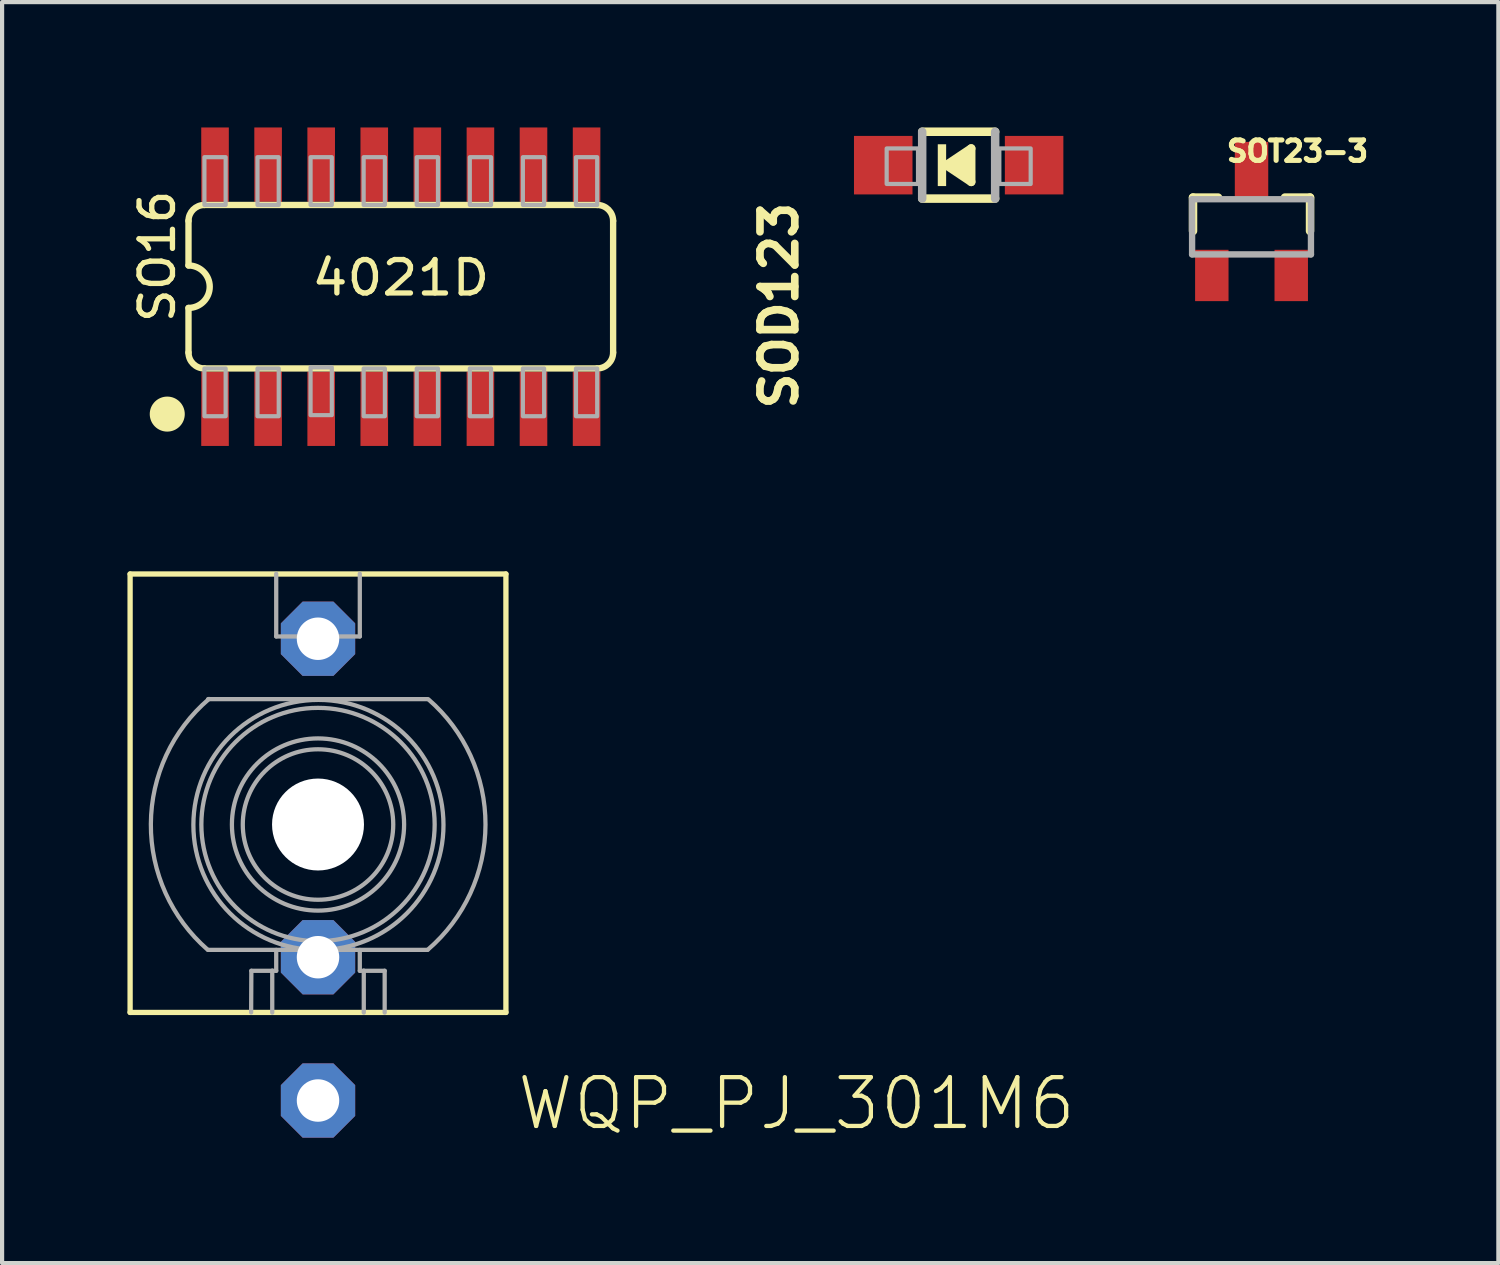
<source format=kicad_pcb>
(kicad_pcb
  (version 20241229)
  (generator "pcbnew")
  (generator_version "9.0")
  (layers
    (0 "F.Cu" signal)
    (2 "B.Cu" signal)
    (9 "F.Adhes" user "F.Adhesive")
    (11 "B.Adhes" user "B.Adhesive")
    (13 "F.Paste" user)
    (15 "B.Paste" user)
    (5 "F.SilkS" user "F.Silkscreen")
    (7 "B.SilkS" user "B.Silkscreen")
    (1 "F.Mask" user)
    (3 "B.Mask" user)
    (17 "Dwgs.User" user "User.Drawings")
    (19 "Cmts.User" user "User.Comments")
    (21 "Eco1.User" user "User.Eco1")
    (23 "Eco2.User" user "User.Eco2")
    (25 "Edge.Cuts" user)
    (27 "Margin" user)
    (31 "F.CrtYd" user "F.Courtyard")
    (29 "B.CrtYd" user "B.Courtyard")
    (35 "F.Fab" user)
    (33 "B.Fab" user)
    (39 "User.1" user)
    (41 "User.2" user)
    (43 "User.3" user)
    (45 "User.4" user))
  (footprint "SO16"
    (layer "F.Cu")
    (at 6.54 3.81)
    (property "Reference" "SO16" (at -5.359 0.919 90) (layer "F.SilkS") (effects (font (size 0.8 0.8) (thickness 0.127)) (justify left bottom)))
    (property "Value" "4021D" (at -4.064 0.635 0) (layer "F.Fab") (hide yes) (effects (font (size 1.143 1.143) (thickness 0.127)) (justify left bottom)))
    (fp_line (start -5.08 -1.575) (end -5.08 -0.508) (stroke (width 0.152) (type solid)) (layer "F.SilkS"))
    (fp_line (start -5.08 0.508) (end -5.08 1.575) (stroke (width 0.152) (type solid)) (layer "F.SilkS"))
    (fp_line (start -4.699 1.956) (end 4.699 1.956) (stroke (width 0.152) (type solid)) (layer "F.SilkS"))
    (fp_line (start 4.699 -1.956) (end -4.699 -1.956) (stroke (width 0.152) (type solid)) (layer "F.SilkS"))
    (fp_line (start 5.08 1.575) (end 5.08 -1.575) (stroke (width 0.152) (type solid)) (layer "F.SilkS"))
    (fp_arc (start -5.08 -1.5748) (mid -4.968408 -1.844208) (end -4.699 -1.9558) (stroke (width 0.1524) (type solid)) (layer "F.SilkS"))
    (fp_arc (start -5.08 -0.508) (mid -4.572 0) (end -5.08 0.508) (stroke (width 0.1524) (type solid)) (layer "F.SilkS"))
    (fp_arc (start -4.699 1.9558) (mid -4.968408 1.844208) (end -5.08 1.5748) (stroke (width 0.1524) (type solid)) (layer "F.SilkS"))
    (fp_arc (start 4.699 -1.9558) (mid 4.968408 -1.844208) (end 5.08 -1.5748) (stroke (width 0.1524) (type solid)) (layer "F.SilkS"))
    (fp_arc (start 5.08 1.5748) (mid 4.968408 1.844208) (end 4.699 1.9558) (stroke (width 0.1524) (type solid)) (layer "F.SilkS"))
    (fp_circle (center -5.588 3.048) (end -5.229 3.048) (stroke (width 0.12) (type solid)) (fill yes) (layer "F.SilkS"))
    (fp_poly (pts (xy -4.699 -1.956) (xy -4.191 -1.956) (xy -4.191 -3.099) (xy -4.699 -3.099)) (stroke (width 0.1) (type solid)) (fill no) (layer "F.Fab"))
    (fp_poly (pts (xy -4.699 3.099) (xy -4.191 3.099) (xy -4.191 1.956) (xy -4.699 1.956)) (stroke (width 0.1) (type solid)) (fill no) (layer "F.Fab"))
    (fp_poly (pts (xy -3.429 -1.956) (xy -2.921 -1.956) (xy -2.921 -3.099) (xy -3.429 -3.099)) (stroke (width 0.1) (type solid)) (fill no) (layer "F.Fab"))
    (fp_poly (pts (xy -3.429 3.099) (xy -2.921 3.099) (xy -2.921 1.956) (xy -3.429 1.956)) (stroke (width 0.1) (type solid)) (fill no) (layer "F.Fab"))
    (fp_poly (pts (xy -2.159 -1.956) (xy -1.651 -1.956) (xy -1.651 -3.099) (xy -2.159 -3.099)) (stroke (width 0.1) (type solid)) (fill no) (layer "F.Fab"))
    (fp_poly (pts (xy -2.159 3.073) (xy -1.651 3.073) (xy -1.651 1.93) (xy -2.159 1.93)) (stroke (width 0.1) (type solid)) (fill no) (layer "F.Fab"))
    (fp_poly (pts (xy -0.889 -1.956) (xy -0.381 -1.956) (xy -0.381 -3.099) (xy -0.889 -3.099)) (stroke (width 0.1) (type solid)) (fill no) (layer "F.Fab"))
    (fp_poly (pts (xy -0.889 3.099) (xy -0.381 3.099) (xy -0.381 1.956) (xy -0.889 1.956)) (stroke (width 0.1) (type solid)) (fill no) (layer "F.Fab"))
    (fp_poly (pts (xy 0.381 -1.956) (xy 0.889 -1.956) (xy 0.889 -3.099) (xy 0.381 -3.099)) (stroke (width 0.1) (type solid)) (fill no) (layer "F.Fab"))
    (fp_poly (pts (xy 0.381 3.099) (xy 0.889 3.099) (xy 0.889 1.956) (xy 0.381 1.956)) (stroke (width 0.1) (type solid)) (fill no) (layer "F.Fab"))
    (fp_poly (pts (xy 1.651 -1.956) (xy 2.159 -1.956) (xy 2.159 -3.099) (xy 1.651 -3.099)) (stroke (width 0.1) (type solid)) (fill no) (layer "F.Fab"))
    (fp_poly (pts (xy 1.651 3.099) (xy 2.159 3.099) (xy 2.159 1.956) (xy 1.651 1.956)) (stroke (width 0.1) (type solid)) (fill no) (layer "F.Fab"))
    (fp_poly (pts (xy 2.921 -1.956) (xy 3.429 -1.956) (xy 3.429 -3.099) (xy 2.921 -3.099)) (stroke (width 0.1) (type solid)) (fill no) (layer "F.Fab"))
    (fp_poly (pts (xy 2.921 3.099) (xy 3.429 3.099) (xy 3.429 1.956) (xy 2.921 1.956)) (stroke (width 0.1) (type solid)) (fill no) (layer "F.Fab"))
    (fp_poly (pts (xy 4.191 -1.956) (xy 4.699 -1.956) (xy 4.699 -3.099) (xy 4.191 -3.099)) (stroke (width 0.1) (type solid)) (fill no) (layer "F.Fab"))
    (fp_poly (pts (xy 4.191 3.099) (xy 4.699 3.099) (xy 4.699 1.956) (xy 4.191 1.956)) (stroke (width 0.1) (type solid)) (fill no) (layer "F.Fab"))
    (fp_text user "${VALUE}" (at 0 0.254 0) (layer "F.SilkS") (effects (font (size 0.8 0.88) (thickness 0.127)) (justify bottom)))
    (pad "1" smd rect (at -4.445 2.921) (size 0.66 1.778) (layers "F.Cu" "F.Mask" "F.Paste"))
    (pad "2" smd rect (at -3.175 2.921) (size 0.66 1.778) (layers "F.Cu" "F.Mask" "F.Paste"))
    (pad "3" smd rect (at -1.905 2.921) (size 0.66 1.778) (layers "F.Cu" "F.Mask" "F.Paste"))
    (pad "4" smd rect (at -0.635 2.921) (size 0.66 1.778) (layers "F.Cu" "F.Mask" "F.Paste"))
    (pad "5" smd rect (at 0.635 2.921) (size 0.66 1.778) (layers "F.Cu" "F.Mask" "F.Paste"))
    (pad "6" smd rect (at 1.905 2.921) (size 0.66 1.778) (layers "F.Cu" "F.Mask" "F.Paste"))
    (pad "7" smd rect (at 3.175 2.921) (size 0.66 1.778) (layers "F.Cu" "F.Mask" "F.Paste"))
    (pad "8" smd rect (at 4.445 2.921) (size 0.66 1.778) (layers "F.Cu" "F.Mask" "F.Paste"))
    (pad "9" smd rect (at 4.445 -2.921) (size 0.66 1.778) (layers "F.Cu" "F.Mask" "F.Paste"))
    (pad "10" smd rect (at 3.175 -2.921) (size 0.66 1.778) (layers "F.Cu" "F.Mask" "F.Paste"))
    (pad "11" smd rect (at 1.905 -2.921) (size 0.66 1.778) (layers "F.Cu" "F.Mask" "F.Paste"))
    (pad "12" smd rect (at 0.635 -2.921) (size 0.66 1.778) (layers "F.Cu" "F.Mask" "F.Paste"))
    (pad "13" smd rect (at -0.635 -2.921) (size 0.66 1.778) (layers "F.Cu" "F.Mask" "F.Paste"))
    (pad "14" smd rect (at -1.905 -2.921) (size 0.66 1.778) (layers "F.Cu" "F.Mask" "F.Paste"))
    (pad "15" smd rect (at -3.175 -2.921) (size 0.66 1.778) (layers "F.Cu" "F.Mask" "F.Paste"))
    (pad "16" smd rect (at -4.445 -2.921) (size 0.66 1.778) (layers "F.Cu" "F.Mask" "F.Paste")))
  (footprint "WQP_PJ_301M6"
    (layer "F.Cu")
    (at 4.559 16.678)
    (property "Reference" "WQP_PJ_301M6" (at 4.707 5.994 0) (layer "F.SilkS") (effects (font (size 1.168 1.168) (thickness 0.102)) (justify left top)))
    (fp_line (start -4.496 -5.994) (end 4.496 -5.994) (stroke (width 0.127) (type solid)) (layer "F.SilkS"))
    (fp_line (start -4.496 4.496) (end -4.496 -5.994) (stroke (width 0.127) (type solid)) (layer "F.SilkS"))
    (fp_line (start 4.496 -5.994) (end 4.496 4.496) (stroke (width 0.127) (type solid)) (layer "F.SilkS"))
    (fp_line (start 4.496 4.496) (end -4.496 4.496) (stroke (width 0.127) (type solid)) (layer "F.SilkS"))
    (fp_line (start -2.631 -3) (end 2.62 -3) (stroke (width 0.102) (type solid)) (layer "F.Fab"))
    (fp_line (start -2.631 3) (end 2.62 3) (stroke (width 0.102) (type solid)) (layer "F.Fab"))
    (fp_line (start -1.6 4.496) (end -1.595 3.5) (stroke (width 0.102) (type solid)) (layer "F.Fab"))
    (fp_line (start -1.595 3.5) (end -1.095 3.5) (stroke (width 0.102) (type solid)) (layer "F.Fab"))
    (fp_line (start -1.095 3.5) (end -1.095 4.5) (stroke (width 0.102) (type solid)) (layer "F.Fab"))
    (fp_line (start -1.095 3.5) (end -1 3.5) (stroke (width 0.102) (type solid)) (layer "F.Fab"))
    (fp_line (start -1 -4.5) (end -1 -6) (stroke (width 0.102) (type solid)) (layer "F.Fab"))
    (fp_line (start -1 0) (end 1 0) (stroke (width 0.102) (type solid)) (layer "F.Fab"))
    (fp_line (start -1 3.5) (end -1 3) (stroke (width 0.102) (type solid)) (layer "F.Fab"))
    (fp_line (start -0.508 0) (end 0.508 0) (stroke (width 0.12) (type solid)) (layer "F.Fab"))
    (fp_line (start 0 -1) (end 0 1) (stroke (width 0.102) (type solid)) (layer "F.Fab"))
    (fp_line (start 0 -0.508) (end 0 0.508) (stroke (width 0.12) (type solid)) (layer "F.Fab"))
    (fp_line (start 1 -6) (end 1 -4.5) (stroke (width 0.102) (type solid)) (layer "F.Fab"))
    (fp_line (start 1 -4.5) (end -1 -4.5) (stroke (width 0.102) (type solid)) (layer "F.Fab"))
    (fp_line (start 1 3) (end 1 3.5) (stroke (width 0.102) (type solid)) (layer "F.Fab"))
    (fp_line (start 1 3.5) (end 1.095 3.5) (stroke (width 0.102) (type solid)) (layer "F.Fab"))
    (fp_line (start 1.095 3.5) (end 1.095 4.5) (stroke (width 0.102) (type solid)) (layer "F.Fab"))
    (fp_line (start 1.095 3.5) (end 1.595 3.5) (stroke (width 0.102) (type solid)) (layer "F.Fab"))
    (fp_line (start 1.595 3.5) (end 1.595 4.5) (stroke (width 0.102) (type solid)) (layer "F.Fab"))
    (fp_arc (start -2.641998 2.994) (mid -3.999529 -0.012791) (end -2.608 -3.004) (stroke (width 0.1016) (type solid)) (layer "F.Fab"))
    (fp_arc (start 2.642 -2.994) (mid 4.007235 0.003208) (end 2.628 2.994) (stroke (width 0.1016) (type solid)) (layer "F.Fab"))
    (fp_circle (center 0 0) (end 1.8 0) (stroke (width 0.102) (type solid)) (fill no) (layer "F.Fab"))
    (fp_circle (center 0 0) (end 2.06 0) (stroke (width 0.102) (type solid)) (fill no) (layer "F.Fab"))
    (fp_circle (center 0 0) (end 2.791 0) (stroke (width 0.102) (type solid)) (fill no) (layer "F.Fab"))
    (fp_circle (center 0.01 0.01) (end 3.002 0.01) (stroke (width 0.102) (type solid)) (fill no) (layer "F.Fab"))
    (fp_line (start -0.508 0) (end 0.508 0) (stroke (width 0.12) (type solid)) (layer "User.4"))
    (fp_line (start 0 -0.508) (end 0 0.508) (stroke (width 0.12) (type solid)) (layer "User.4"))
    (pad "" np_thru_hole circle (at 0 0 180) (size 2.2 2.2) (drill 2.2) (layers "*.Cu" "*.Mask"))
    (pad "P1" thru_hole roundrect (at 0 6.604 180) (size 1.778 1.778) (drill 1.016) (layers "*.Cu" "*.Mask") (roundrect_rratio 0.25) (chamfer_ratio 0.293) (chamfer top_left top_right bottom_left bottom_right))
    (pad "P2" thru_hole roundrect (at 0 3.175 180) (size 1.778 1.778) (drill 1.016) (layers "*.Cu" "*.Mask") (roundrect_rratio 0.25) (chamfer_ratio 0.293) (chamfer top_left top_right bottom_left bottom_right))
    (pad "P3" thru_hole roundrect (at 0 -4.445 180) (size 1.778 1.778) (drill 1.016) (layers "*.Cu" "*.Mask") (roundrect_rratio 0.25) (chamfer_ratio 0.293) (chamfer top_left top_right bottom_left bottom_right)))
  (footprint "SOD123"
    (layer "F.Cu")
    (at 19.888 0.902)
    (property "Reference" "SOD123" (at -3.81 0.8 270) (layer "F.SilkS") (effects (font (size 0.833 0.833) (thickness 0.183)) (justify right bottom)))
    (fp_line (start -0.873 -0.8) (end 0.873 -0.8) (stroke (width 0.203) (type solid)) (layer "F.SilkS"))
    (fp_line (start -0.3 0) (end 0.3 -0.4) (stroke (width 0.203) (type solid)) (layer "F.SilkS"))
    (fp_line (start 0.3 -0.4) (end 0.3 0.4) (stroke (width 0.203) (type solid)) (layer "F.SilkS"))
    (fp_line (start 0.3 0.4) (end -0.3 0) (stroke (width 0.203) (type solid)) (layer "F.SilkS"))
    (fp_line (start 0.873 0.8) (end -0.873 0.8) (stroke (width 0.203) (type solid)) (layer "F.SilkS"))
    (fp_poly (pts (xy 0.302 0.39) (xy -0.283 0) (xy 0.302 -0.39)) (stroke (width 0) (type solid)) (fill yes) (layer "F.SilkS"))
    (fp_poly (pts (xy -0.5 0.5) (xy -0.3 0.5) (xy -0.3 -0.5) (xy -0.5 -0.5)) (stroke (width 0) (type solid)) (fill yes) (layer "F.SilkS"))
    (fp_line (start -0.873 0.8) (end -0.873 -0.8) (stroke (width 0.203) (type solid)) (layer "F.Fab"))
    (fp_line (start 0.873 -0.8) (end 0.873 0.8) (stroke (width 0.203) (type solid)) (layer "F.Fab"))
    (fp_poly (pts (xy -1.723 0.45) (xy -0.973 0.45) (xy -0.973 -0.4) (xy -1.723 -0.4)) (stroke (width 0.1) (type solid)) (fill no) (layer "F.Fab"))
    (fp_poly (pts (xy 0.973 0.45) (xy 1.723 0.45) (xy 1.723 -0.4) (xy 0.973 -0.4)) (stroke (width 0.1) (type solid)) (fill no) (layer "F.Fab"))
    (pad "A" smd rect (at 1.805 0) (size 1.4 1.4) (layers "F.Cu" "F.Mask" "F.Paste"))
    (pad "C" smd rect (at -1.805 0) (size 1.4 1.4) (layers "F.Cu" "F.Mask" "F.Paste")))
  (footprint "SOT23-3"
    (layer "F.Cu")
    (at 26.895 2.377)
    (property "Reference" "SOT23-3" (at 1.1 -1.524 0) (layer "F.SilkS") (effects (font (size 0.488 0.488) (thickness 0.122)) (justify bottom)))
    (fp_line (start -1.4 -0.7) (end -1.4 0.1) (stroke (width 0.203) (type solid)) (layer "F.SilkS"))
    (fp_line (start -0.8 -0.7) (end -1.4 -0.7) (stroke (width 0.203) (type solid)) (layer "F.SilkS"))
    (fp_line (start 0.8 -0.7) (end 1.4 -0.7) (stroke (width 0.203) (type solid)) (layer "F.SilkS"))
    (fp_line (start 1.4 -0.7) (end 1.4 0.1) (stroke (width 0.203) (type solid)) (layer "F.SilkS"))
    (fp_line (start -1.422 -0.66) (end 1.422 -0.66) (stroke (width 0.152) (type solid)) (layer "F.Fab"))
    (fp_line (start -1.422 0.66) (end -1.422 -0.66) (stroke (width 0.152) (type solid)) (layer "F.Fab"))
    (fp_line (start 1.422 -0.66) (end 1.422 0.66) (stroke (width 0.152) (type solid)) (layer "F.Fab"))
    (fp_line (start 1.422 0.66) (end -1.422 0.66) (stroke (width 0.152) (type solid)) (layer "F.Fab"))
    (pad "1" smd rect (at -0.95 1.164) (size 0.8 1.228) (layers "F.Cu" "F.Mask" "F.Paste"))
    (pad "2" smd rect (at 0.95 1.164) (size 0.8 1.228) (layers "F.Cu" "F.Mask" "F.Paste"))
    (pad "3" smd rect (at 0 -1.341) (size 0.8 1.382) (layers "F.Cu" "F.Mask" "F.Paste")))
  (gr_rect
    (start -3 -3)
    (end 32.801 27.171)
    (stroke (width 0.1) (type default))
    (fill no)
    (layer "Edge.Cuts")))
</source>
